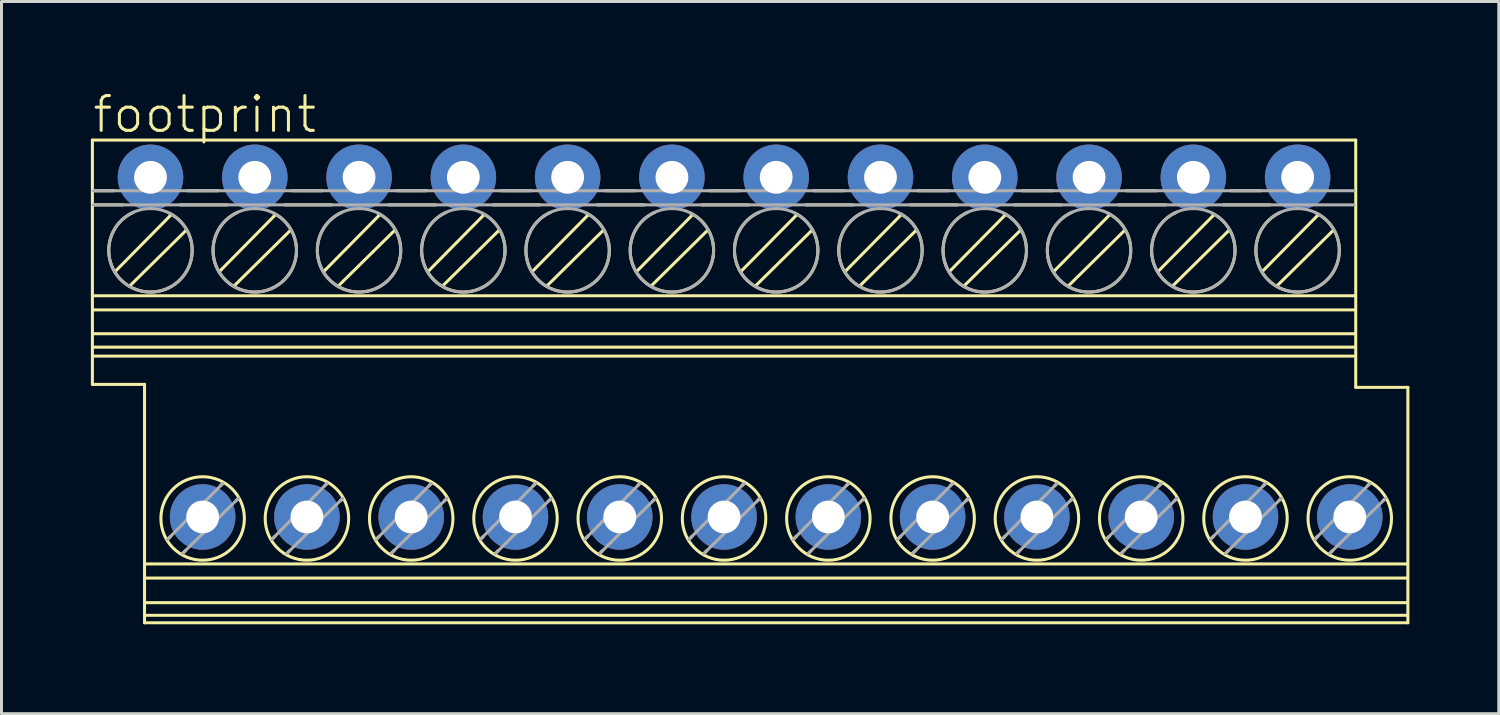
<source format=kicad_pcb>
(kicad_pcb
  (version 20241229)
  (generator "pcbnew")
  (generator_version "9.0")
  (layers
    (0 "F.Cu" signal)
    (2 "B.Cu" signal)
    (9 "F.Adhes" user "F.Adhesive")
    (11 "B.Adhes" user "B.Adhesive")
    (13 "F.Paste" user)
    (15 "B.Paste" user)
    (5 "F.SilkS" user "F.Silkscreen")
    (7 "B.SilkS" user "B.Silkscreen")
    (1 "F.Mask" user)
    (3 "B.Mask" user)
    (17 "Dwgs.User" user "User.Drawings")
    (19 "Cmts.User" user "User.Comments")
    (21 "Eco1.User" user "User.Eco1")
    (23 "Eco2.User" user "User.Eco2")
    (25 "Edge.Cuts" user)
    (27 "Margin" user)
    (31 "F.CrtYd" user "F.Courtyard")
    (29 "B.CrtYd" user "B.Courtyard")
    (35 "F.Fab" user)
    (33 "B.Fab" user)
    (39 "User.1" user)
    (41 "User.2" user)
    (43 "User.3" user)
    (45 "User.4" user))
  (footprint "footprint"
    (layer "F.Cu")
    (at 21.251 9.751)
    (property "Reference" "footprint" (at -21.251 -8.278 0) (layer "F.SilkS") (effects (font (size 1.168 1.168) (thickness 0.102)) (justify left bottom)))
    (fp_line (start -21.2 -8.1) (end 21.2 -8.1) (stroke (width 0.102) (type solid)) (layer "F.SilkS"))
    (fp_line (start -21.2 0.1) (end -21.2 -8.1) (stroke (width 0.102) (type solid)) (layer "F.SilkS"))
    (fp_line (start -21.175 -6.4) (end -20.475 -6.4) (stroke (width 0.102) (type solid)) (layer "F.SilkS"))
    (fp_line (start -21.175 -5.925) (end -20.175 -5.925) (stroke (width 0.102) (type solid)) (layer "F.SilkS"))
    (fp_line (start -21.15 -2.875) (end 21.175 -2.875) (stroke (width 0.102) (type solid)) (layer "F.SilkS"))
    (fp_line (start -21.15 -2.4) (end 21.175 -2.4) (stroke (width 0.102) (type solid)) (layer "F.SilkS"))
    (fp_line (start -21.15 -1.6) (end 21.175 -1.6) (stroke (width 0.102) (type solid)) (layer "F.SilkS"))
    (fp_line (start -21.15 -0.85) (end 21.175 -0.85) (stroke (width 0.102) (type solid)) (layer "F.SilkS"))
    (fp_line (start -20.425 -3.7) (end -18.575 -5.575) (stroke (width 0.102) (type solid)) (layer "F.SilkS"))
    (fp_line (start -19.925 -3.225) (end -18.05 -5.075) (stroke (width 0.102) (type solid)) (layer "F.SilkS"))
    (fp_line (start -19.45 0.1) (end -21.2 0.1) (stroke (width 0.102) (type solid)) (layer "F.SilkS"))
    (fp_line (start -19.45 8.1) (end -19.45 0.1) (stroke (width 0.102) (type solid)) (layer "F.SilkS"))
    (fp_line (start -19.4 6.125) (end 22.925 6.125) (stroke (width 0.102) (type solid)) (layer "F.SilkS"))
    (fp_line (start -19.4 6.6) (end 22.925 6.6) (stroke (width 0.102) (type solid)) (layer "F.SilkS"))
    (fp_line (start -19.4 7.425) (end 22.925 7.425) (stroke (width 0.102) (type solid)) (layer "F.SilkS"))
    (fp_line (start -19.4 7.85) (end 22.925 7.85) (stroke (width 0.102) (type solid)) (layer "F.SilkS"))
    (fp_line (start -18.675 5.3) (end -18.575 5.2) (stroke (width 0.102) (type solid)) (layer "F.SilkS"))
    (fp_line (start -18.25 -5.925) (end -16.675 -5.925) (stroke (width 0.102) (type solid)) (layer "F.SilkS"))
    (fp_line (start -18.175 5.775) (end -18.075 5.675) (stroke (width 0.102) (type solid)) (layer "F.SilkS"))
    (fp_line (start -18 -6.4) (end -16.975 -6.4) (stroke (width 0.102) (type solid)) (layer "F.SilkS"))
    (fp_line (start -16.925 -3.7) (end -15.075 -5.575) (stroke (width 0.102) (type solid)) (layer "F.SilkS"))
    (fp_line (start -16.9 3.5) (end -16.825 3.425) (stroke (width 0.102) (type solid)) (layer "F.SilkS"))
    (fp_line (start -16.425 -3.225) (end -14.55 -5.075) (stroke (width 0.102) (type solid)) (layer "F.SilkS"))
    (fp_line (start -16.375 4) (end -16.3 3.925) (stroke (width 0.102) (type solid)) (layer "F.SilkS"))
    (fp_line (start -15.175 5.3) (end -15.075 5.2) (stroke (width 0.102) (type solid)) (layer "F.SilkS"))
    (fp_line (start -14.75 -5.925) (end -13.175 -5.925) (stroke (width 0.102) (type solid)) (layer "F.SilkS"))
    (fp_line (start -14.675 5.775) (end -14.575 5.675) (stroke (width 0.102) (type solid)) (layer "F.SilkS"))
    (fp_line (start -14.5 -6.4) (end -13.475 -6.4) (stroke (width 0.102) (type solid)) (layer "F.SilkS"))
    (fp_line (start -13.425 -3.7) (end -11.575 -5.575) (stroke (width 0.102) (type solid)) (layer "F.SilkS"))
    (fp_line (start -13.4 3.5) (end -13.325 3.425) (stroke (width 0.102) (type solid)) (layer "F.SilkS"))
    (fp_line (start -12.925 -3.225) (end -11.05 -5.075) (stroke (width 0.102) (type solid)) (layer "F.SilkS"))
    (fp_line (start -12.875 4) (end -12.8 3.925) (stroke (width 0.102) (type solid)) (layer "F.SilkS"))
    (fp_line (start -11.675 5.3) (end -11.575 5.2) (stroke (width 0.102) (type solid)) (layer "F.SilkS"))
    (fp_line (start -11.25 -5.925) (end -9.675 -5.925) (stroke (width 0.102) (type solid)) (layer "F.SilkS"))
    (fp_line (start -11.175 5.775) (end -11.075 5.675) (stroke (width 0.102) (type solid)) (layer "F.SilkS"))
    (fp_line (start -11 -6.4) (end -9.975 -6.4) (stroke (width 0.102) (type solid)) (layer "F.SilkS"))
    (fp_line (start -9.925 -3.7) (end -8.075 -5.575) (stroke (width 0.102) (type solid)) (layer "F.SilkS"))
    (fp_line (start -9.9 3.5) (end -9.825 3.425) (stroke (width 0.102) (type solid)) (layer "F.SilkS"))
    (fp_line (start -9.425 -3.225) (end -7.55 -5.075) (stroke (width 0.102) (type solid)) (layer "F.SilkS"))
    (fp_line (start -9.375 4) (end -9.3 3.925) (stroke (width 0.102) (type solid)) (layer "F.SilkS"))
    (fp_line (start -8.175 5.3) (end -8.075 5.2) (stroke (width 0.102) (type solid)) (layer "F.SilkS"))
    (fp_line (start -7.75 -5.925) (end -6.175 -5.925) (stroke (width 0.102) (type solid)) (layer "F.SilkS"))
    (fp_line (start -7.675 5.775) (end -7.575 5.675) (stroke (width 0.102) (type solid)) (layer "F.SilkS"))
    (fp_line (start -7.5 -6.4) (end -6.475 -6.4) (stroke (width 0.102) (type solid)) (layer "F.SilkS"))
    (fp_line (start -6.425 -3.7) (end -4.575 -5.575) (stroke (width 0.102) (type solid)) (layer "F.SilkS"))
    (fp_line (start -6.4 3.5) (end -6.325 3.425) (stroke (width 0.102) (type solid)) (layer "F.SilkS"))
    (fp_line (start -5.925 -3.225) (end -4.05 -5.075) (stroke (width 0.102) (type solid)) (layer "F.SilkS"))
    (fp_line (start -5.875 4) (end -5.8 3.925) (stroke (width 0.102) (type solid)) (layer "F.SilkS"))
    (fp_line (start -4.675 5.3) (end -4.575 5.2) (stroke (width 0.102) (type solid)) (layer "F.SilkS"))
    (fp_line (start -4.25 -5.925) (end -2.675 -5.925) (stroke (width 0.102) (type solid)) (layer "F.SilkS"))
    (fp_line (start -4.175 5.775) (end -4.075 5.675) (stroke (width 0.102) (type solid)) (layer "F.SilkS"))
    (fp_line (start -4 -6.4) (end -2.975 -6.4) (stroke (width 0.102) (type solid)) (layer "F.SilkS"))
    (fp_line (start -2.925 -3.7) (end -1.075 -5.575) (stroke (width 0.102) (type solid)) (layer "F.SilkS"))
    (fp_line (start -2.9 3.5) (end -2.825 3.425) (stroke (width 0.102) (type solid)) (layer "F.SilkS"))
    (fp_line (start -2.425 -3.225) (end -0.55 -5.075) (stroke (width 0.102) (type solid)) (layer "F.SilkS"))
    (fp_line (start -2.375 4) (end -2.3 3.925) (stroke (width 0.102) (type solid)) (layer "F.SilkS"))
    (fp_line (start -1.175 5.3) (end -1.075 5.2) (stroke (width 0.102) (type solid)) (layer "F.SilkS"))
    (fp_line (start -0.75 -5.925) (end 0.825 -5.925) (stroke (width 0.102) (type solid)) (layer "F.SilkS"))
    (fp_line (start -0.675 5.775) (end -0.575 5.675) (stroke (width 0.102) (type solid)) (layer "F.SilkS"))
    (fp_line (start -0.5 -6.4) (end 0.525 -6.4) (stroke (width 0.102) (type solid)) (layer "F.SilkS"))
    (fp_line (start 0.575 -3.7) (end 2.425 -5.575) (stroke (width 0.102) (type solid)) (layer "F.SilkS"))
    (fp_line (start 0.6 3.5) (end 0.675 3.425) (stroke (width 0.102) (type solid)) (layer "F.SilkS"))
    (fp_line (start 1.075 -3.225) (end 2.95 -5.075) (stroke (width 0.102) (type solid)) (layer "F.SilkS"))
    (fp_line (start 1.125 4) (end 1.2 3.925) (stroke (width 0.102) (type solid)) (layer "F.SilkS"))
    (fp_line (start 2.325 5.3) (end 2.425 5.2) (stroke (width 0.102) (type solid)) (layer "F.SilkS"))
    (fp_line (start 2.75 -5.925) (end 4.325 -5.925) (stroke (width 0.102) (type solid)) (layer "F.SilkS"))
    (fp_line (start 2.825 5.775) (end 2.925 5.675) (stroke (width 0.102) (type solid)) (layer "F.SilkS"))
    (fp_line (start 3 -6.4) (end 4.025 -6.4) (stroke (width 0.102) (type solid)) (layer "F.SilkS"))
    (fp_line (start 4.075 -3.7) (end 5.925 -5.575) (stroke (width 0.102) (type solid)) (layer "F.SilkS"))
    (fp_line (start 4.1 3.5) (end 4.175 3.425) (stroke (width 0.102) (type solid)) (layer "F.SilkS"))
    (fp_line (start 4.575 -3.225) (end 6.45 -5.075) (stroke (width 0.102) (type solid)) (layer "F.SilkS"))
    (fp_line (start 4.625 4) (end 4.7 3.925) (stroke (width 0.102) (type solid)) (layer "F.SilkS"))
    (fp_line (start 5.825 5.3) (end 5.925 5.2) (stroke (width 0.102) (type solid)) (layer "F.SilkS"))
    (fp_line (start 6.25 -5.925) (end 7.825 -5.925) (stroke (width 0.102) (type solid)) (layer "F.SilkS"))
    (fp_line (start 6.325 5.775) (end 6.425 5.675) (stroke (width 0.102) (type solid)) (layer "F.SilkS"))
    (fp_line (start 6.5 -6.4) (end 7.525 -6.4) (stroke (width 0.102) (type solid)) (layer "F.SilkS"))
    (fp_line (start 7.575 -3.7) (end 9.425 -5.575) (stroke (width 0.102) (type solid)) (layer "F.SilkS"))
    (fp_line (start 7.6 3.5) (end 7.675 3.425) (stroke (width 0.102) (type solid)) (layer "F.SilkS"))
    (fp_line (start 8.075 -3.225) (end 9.95 -5.075) (stroke (width 0.102) (type solid)) (layer "F.SilkS"))
    (fp_line (start 8.125 4) (end 8.2 3.925) (stroke (width 0.102) (type solid)) (layer "F.SilkS"))
    (fp_line (start 9.325 5.3) (end 9.425 5.2) (stroke (width 0.102) (type solid)) (layer "F.SilkS"))
    (fp_line (start 9.75 -5.925) (end 11.325 -5.925) (stroke (width 0.102) (type solid)) (layer "F.SilkS"))
    (fp_line (start 9.825 5.775) (end 9.925 5.675) (stroke (width 0.102) (type solid)) (layer "F.SilkS"))
    (fp_line (start 10 -6.4) (end 11.025 -6.4) (stroke (width 0.102) (type solid)) (layer "F.SilkS"))
    (fp_line (start 11.075 -3.7) (end 12.925 -5.575) (stroke (width 0.102) (type solid)) (layer "F.SilkS"))
    (fp_line (start 11.1 3.5) (end 11.175 3.425) (stroke (width 0.102) (type solid)) (layer "F.SilkS"))
    (fp_line (start 11.575 -3.225) (end 13.45 -5.075) (stroke (width 0.102) (type solid)) (layer "F.SilkS"))
    (fp_line (start 11.625 4) (end 11.7 3.925) (stroke (width 0.102) (type solid)) (layer "F.SilkS"))
    (fp_line (start 12.825 5.3) (end 12.925 5.2) (stroke (width 0.102) (type solid)) (layer "F.SilkS"))
    (fp_line (start 13.25 -5.925) (end 14.825 -5.925) (stroke (width 0.102) (type solid)) (layer "F.SilkS"))
    (fp_line (start 13.325 5.775) (end 13.425 5.675) (stroke (width 0.102) (type solid)) (layer "F.SilkS"))
    (fp_line (start 13.5 -6.4) (end 14.525 -6.4) (stroke (width 0.102) (type solid)) (layer "F.SilkS"))
    (fp_line (start 14.575 -3.7) (end 16.425 -5.575) (stroke (width 0.102) (type solid)) (layer "F.SilkS"))
    (fp_line (start 14.6 3.5) (end 14.675 3.425) (stroke (width 0.102) (type solid)) (layer "F.SilkS"))
    (fp_line (start 15.075 -3.225) (end 16.95 -5.075) (stroke (width 0.102) (type solid)) (layer "F.SilkS"))
    (fp_line (start 15.125 4) (end 15.2 3.925) (stroke (width 0.102) (type solid)) (layer "F.SilkS"))
    (fp_line (start 16.325 5.3) (end 16.425 5.2) (stroke (width 0.102) (type solid)) (layer "F.SilkS"))
    (fp_line (start 16.75 -5.925) (end 18.325 -5.925) (stroke (width 0.102) (type solid)) (layer "F.SilkS"))
    (fp_line (start 16.825 5.775) (end 16.925 5.675) (stroke (width 0.102) (type solid)) (layer "F.SilkS"))
    (fp_line (start 17 -6.4) (end 18.025 -6.4) (stroke (width 0.102) (type solid)) (layer "F.SilkS"))
    (fp_line (start 18.075 -3.7) (end 19.925 -5.575) (stroke (width 0.102) (type solid)) (layer "F.SilkS"))
    (fp_line (start 18.1 3.5) (end 18.175 3.425) (stroke (width 0.102) (type solid)) (layer "F.SilkS"))
    (fp_line (start 18.575 -3.225) (end 20.45 -5.075) (stroke (width 0.102) (type solid)) (layer "F.SilkS"))
    (fp_line (start 18.625 4) (end 18.7 3.925) (stroke (width 0.102) (type solid)) (layer "F.SilkS"))
    (fp_line (start 19.825 5.3) (end 19.925 5.2) (stroke (width 0.102) (type solid)) (layer "F.SilkS"))
    (fp_line (start 20.325 5.775) (end 20.425 5.675) (stroke (width 0.102) (type solid)) (layer "F.SilkS"))
    (fp_line (start 21.175 -1.15) (end -21.15 -1.15) (stroke (width 0.102) (type solid)) (layer "F.SilkS"))
    (fp_line (start 21.2 -8.1) (end 21.2 0.2) (stroke (width 0.102) (type solid)) (layer "F.SilkS"))
    (fp_line (start 21.2 0.2) (end 22.95 0.2) (stroke (width 0.102) (type solid)) (layer "F.SilkS"))
    (fp_line (start 21.6 3.5) (end 21.675 3.425) (stroke (width 0.102) (type solid)) (layer "F.SilkS"))
    (fp_line (start 22.125 4) (end 22.2 3.925) (stroke (width 0.102) (type solid)) (layer "F.SilkS"))
    (fp_line (start 22.95 0.2) (end 22.95 8.1) (stroke (width 0.102) (type solid)) (layer "F.SilkS"))
    (fp_line (start 22.95 8.1) (end -19.45 8.1) (stroke (width 0.102) (type solid)) (layer "F.SilkS"))
    (fp_arc (start -18.624999 -5.65) (mid -19.280481 -2.999357) (end -19.825 -5.675) (stroke (width 0.1016) (type solid)) (layer "F.SilkS"))
    (fp_arc (start -15.124999 -5.65) (mid -15.780481 -2.999357) (end -16.325 -5.675) (stroke (width 0.1016) (type solid)) (layer "F.SilkS"))
    (fp_arc (start -11.624999 -5.65) (mid -12.280481 -2.999357) (end -12.825 -5.675) (stroke (width 0.1016) (type solid)) (layer "F.SilkS"))
    (fp_arc (start -8.124999 -5.65) (mid -8.780481 -2.999357) (end -9.325 -5.675) (stroke (width 0.1016) (type solid)) (layer "F.SilkS"))
    (fp_arc (start -4.624999 -5.65) (mid -5.280481 -2.999357) (end -5.825 -5.675) (stroke (width 0.1016) (type solid)) (layer "F.SilkS"))
    (fp_arc (start -1.124999 -5.65) (mid -1.780481 -2.999357) (end -2.325 -5.675) (stroke (width 0.1016) (type solid)) (layer "F.SilkS"))
    (fp_arc (start 2.375001 -5.65) (mid 1.719517 -2.999357) (end 1.175 -5.675) (stroke (width 0.1016) (type solid)) (layer "F.SilkS"))
    (fp_arc (start 5.875001 -5.65) (mid 5.219517 -2.999357) (end 4.675 -5.675) (stroke (width 0.1016) (type solid)) (layer "F.SilkS"))
    (fp_arc (start 9.375001 -5.65) (mid 8.719517 -2.999357) (end 8.175 -5.675) (stroke (width 0.1016) (type solid)) (layer "F.SilkS"))
    (fp_arc (start 12.875001 -5.65) (mid 12.219517 -2.999357) (end 11.675 -5.675) (stroke (width 0.1016) (type solid)) (layer "F.SilkS"))
    (fp_arc (start 16.375001 -5.65) (mid 15.719517 -2.999357) (end 15.175 -5.675) (stroke (width 0.1016) (type solid)) (layer "F.SilkS"))
    (fp_arc (start 19.875001 -5.65) (mid 19.219517 -2.999357) (end 18.675 -5.675) (stroke (width 0.1016) (type solid)) (layer "F.SilkS"))
    (fp_circle (center -17.5 4.6) (end -16.099 4.6) (stroke (width 0.102) (type solid)) (fill no) (layer "F.SilkS"))
    (fp_circle (center -14 4.6) (end -12.599 4.6) (stroke (width 0.102) (type solid)) (fill no) (layer "F.SilkS"))
    (fp_circle (center -10.5 4.6) (end -9.099 4.6) (stroke (width 0.102) (type solid)) (fill no) (layer "F.SilkS"))
    (fp_circle (center -7 4.6) (end -5.599 4.6) (stroke (width 0.102) (type solid)) (fill no) (layer "F.SilkS"))
    (fp_circle (center -3.5 4.6) (end -2.099 4.6) (stroke (width 0.102) (type solid)) (fill no) (layer "F.SilkS"))
    (fp_circle (center 0 4.6) (end 1.401 4.6) (stroke (width 0.102) (type solid)) (fill no) (layer "F.SilkS"))
    (fp_circle (center 3.5 4.6) (end 4.901 4.6) (stroke (width 0.102) (type solid)) (fill no) (layer "F.SilkS"))
    (fp_circle (center 7 4.6) (end 8.401 4.6) (stroke (width 0.102) (type solid)) (fill no) (layer "F.SilkS"))
    (fp_circle (center 10.5 4.6) (end 11.901 4.6) (stroke (width 0.102) (type solid)) (fill no) (layer "F.SilkS"))
    (fp_circle (center 14 4.6) (end 15.401 4.6) (stroke (width 0.102) (type solid)) (fill no) (layer "F.SilkS"))
    (fp_circle (center 17.5 4.6) (end 18.901 4.6) (stroke (width 0.102) (type solid)) (fill no) (layer "F.SilkS"))
    (fp_circle (center 21 4.6) (end 22.401 4.6) (stroke (width 0.102) (type solid)) (fill no) (layer "F.SilkS"))
    (fp_line (start -21.175 -6.4) (end 21.15 -6.4) (stroke (width 0.102) (type solid)) (layer "F.Fab"))
    (fp_line (start -21.175 -5.925) (end 21.15 -5.925) (stroke (width 0.102) (type solid)) (layer "F.Fab"))
    (fp_line (start -18.675 5.3) (end -16.825 3.425) (stroke (width 0.102) (type solid)) (layer "F.Fab"))
    (fp_line (start -18.175 5.775) (end -16.3 3.925) (stroke (width 0.102) (type solid)) (layer "F.Fab"))
    (fp_line (start -15.175 5.3) (end -13.325 3.425) (stroke (width 0.102) (type solid)) (layer "F.Fab"))
    (fp_line (start -14.675 5.775) (end -12.8 3.925) (stroke (width 0.102) (type solid)) (layer "F.Fab"))
    (fp_line (start -11.675 5.3) (end -9.825 3.425) (stroke (width 0.102) (type solid)) (layer "F.Fab"))
    (fp_line (start -11.175 5.775) (end -9.3 3.925) (stroke (width 0.102) (type solid)) (layer "F.Fab"))
    (fp_line (start -8.175 5.3) (end -6.325 3.425) (stroke (width 0.102) (type solid)) (layer "F.Fab"))
    (fp_line (start -7.675 5.775) (end -5.8 3.925) (stroke (width 0.102) (type solid)) (layer "F.Fab"))
    (fp_line (start -4.675 5.3) (end -2.825 3.425) (stroke (width 0.102) (type solid)) (layer "F.Fab"))
    (fp_line (start -4.175 5.775) (end -2.3 3.925) (stroke (width 0.102) (type solid)) (layer "F.Fab"))
    (fp_line (start -1.175 5.3) (end 0.675 3.425) (stroke (width 0.102) (type solid)) (layer "F.Fab"))
    (fp_line (start -0.675 5.775) (end 1.2 3.925) (stroke (width 0.102) (type solid)) (layer "F.Fab"))
    (fp_line (start 2.325 5.3) (end 4.175 3.425) (stroke (width 0.102) (type solid)) (layer "F.Fab"))
    (fp_line (start 2.825 5.775) (end 4.7 3.925) (stroke (width 0.102) (type solid)) (layer "F.Fab"))
    (fp_line (start 5.825 5.3) (end 7.675 3.425) (stroke (width 0.102) (type solid)) (layer "F.Fab"))
    (fp_line (start 6.325 5.775) (end 8.2 3.925) (stroke (width 0.102) (type solid)) (layer "F.Fab"))
    (fp_line (start 9.325 5.3) (end 11.175 3.425) (stroke (width 0.102) (type solid)) (layer "F.Fab"))
    (fp_line (start 9.825 5.775) (end 11.7 3.925) (stroke (width 0.102) (type solid)) (layer "F.Fab"))
    (fp_line (start 12.825 5.3) (end 14.675 3.425) (stroke (width 0.102) (type solid)) (layer "F.Fab"))
    (fp_line (start 13.325 5.775) (end 15.2 3.925) (stroke (width 0.102) (type solid)) (layer "F.Fab"))
    (fp_line (start 16.325 5.3) (end 18.175 3.425) (stroke (width 0.102) (type solid)) (layer "F.Fab"))
    (fp_line (start 16.825 5.775) (end 18.7 3.925) (stroke (width 0.102) (type solid)) (layer "F.Fab"))
    (fp_line (start 19.825 5.3) (end 21.675 3.425) (stroke (width 0.102) (type solid)) (layer "F.Fab"))
    (fp_line (start 20.325 5.775) (end 22.2 3.925) (stroke (width 0.102) (type solid)) (layer "F.Fab"))
    (fp_circle (center -19.25 -4.4) (end -17.849 -4.4) (stroke (width 0.102) (type solid)) (fill no) (layer "F.Fab"))
    (fp_circle (center -15.75 -4.4) (end -14.349 -4.4) (stroke (width 0.102) (type solid)) (fill no) (layer "F.Fab"))
    (fp_circle (center -12.25 -4.4) (end -10.849 -4.4) (stroke (width 0.102) (type solid)) (fill no) (layer "F.Fab"))
    (fp_circle (center -8.75 -4.4) (end -7.349 -4.4) (stroke (width 0.102) (type solid)) (fill no) (layer "F.Fab"))
    (fp_circle (center -5.25 -4.4) (end -3.849 -4.4) (stroke (width 0.102) (type solid)) (fill no) (layer "F.Fab"))
    (fp_circle (center -1.75 -4.4) (end -0.349 -4.4) (stroke (width 0.102) (type solid)) (fill no) (layer "F.Fab"))
    (fp_circle (center 1.75 -4.4) (end 3.151 -4.4) (stroke (width 0.102) (type solid)) (fill no) (layer "F.Fab"))
    (fp_circle (center 5.25 -4.4) (end 6.651 -4.4) (stroke (width 0.102) (type solid)) (fill no) (layer "F.Fab"))
    (fp_circle (center 8.75 -4.4) (end 10.151 -4.4) (stroke (width 0.102) (type solid)) (fill no) (layer "F.Fab"))
    (fp_circle (center 12.25 -4.4) (end 13.651 -4.4) (stroke (width 0.102) (type solid)) (fill no) (layer "F.Fab"))
    (fp_circle (center 15.75 -4.4) (end 17.151 -4.4) (stroke (width 0.102) (type solid)) (fill no) (layer "F.Fab"))
    (fp_circle (center 19.25 -4.4) (end 20.651 -4.4) (stroke (width 0.102) (type solid)) (fill no) (layer "F.Fab"))
    (pad "1" thru_hole circle (at -19.25 -6.85) (size 2.2 2.2) (drill 1.1) (layers "*.Cu" "*.Mask"))
    (pad "2" thru_hole circle (at -17.5 4.55) (size 2.2 2.2) (drill 1.1) (layers "*.Cu" "*.Mask"))
    (pad "3" thru_hole circle (at -15.75 -6.85) (size 2.2 2.2) (drill 1.1) (layers "*.Cu" "*.Mask"))
    (pad "4" thru_hole circle (at -14 4.55) (size 2.2 2.2) (drill 1.1) (layers "*.Cu" "*.Mask"))
    (pad "5" thru_hole circle (at -12.25 -6.85) (size 2.2 2.2) (drill 1.1) (layers "*.Cu" "*.Mask"))
    (pad "6" thru_hole circle (at -10.5 4.55) (size 2.2 2.2) (drill 1.1) (layers "*.Cu" "*.Mask"))
    (pad "7" thru_hole circle (at -8.75 -6.85) (size 2.2 2.2) (drill 1.1) (layers "*.Cu" "*.Mask"))
    (pad "8" thru_hole circle (at -7 4.55) (size 2.2 2.2) (drill 1.1) (layers "*.Cu" "*.Mask"))
    (pad "9" thru_hole circle (at -5.25 -6.85) (size 2.2 2.2) (drill 1.1) (layers "*.Cu" "*.Mask"))
    (pad "10" thru_hole circle (at -3.5 4.55) (size 2.2 2.2) (drill 1.1) (layers "*.Cu" "*.Mask"))
    (pad "11" thru_hole circle (at -1.75 -6.85) (size 2.2 2.2) (drill 1.1) (layers "*.Cu" "*.Mask"))
    (pad "12" thru_hole circle (at 0 4.55) (size 2.2 2.2) (drill 1.1) (layers "*.Cu" "*.Mask"))
    (pad "13" thru_hole circle (at 1.75 -6.85) (size 2.2 2.2) (drill 1.1) (layers "*.Cu" "*.Mask"))
    (pad "14" thru_hole circle (at 3.5 4.55) (size 2.2 2.2) (drill 1.1) (layers "*.Cu" "*.Mask"))
    (pad "15" thru_hole circle (at 5.25 -6.85) (size 2.2 2.2) (drill 1.1) (layers "*.Cu" "*.Mask"))
    (pad "16" thru_hole circle (at 7 4.55) (size 2.2 2.2) (drill 1.1) (layers "*.Cu" "*.Mask"))
    (pad "17" thru_hole circle (at 8.75 -6.85) (size 2.2 2.2) (drill 1.1) (layers "*.Cu" "*.Mask"))
    (pad "18" thru_hole circle (at 10.5 4.55) (size 2.2 2.2) (drill 1.1) (layers "*.Cu" "*.Mask"))
    (pad "19" thru_hole circle (at 12.25 -6.85) (size 2.2 2.2) (drill 1.1) (layers "*.Cu" "*.Mask"))
    (pad "20" thru_hole circle (at 14 4.55) (size 2.2 2.2) (drill 1.1) (layers "*.Cu" "*.Mask"))
    (pad "21" thru_hole circle (at 15.75 -6.85) (size 2.2 2.2) (drill 1.1) (layers "*.Cu" "*.Mask"))
    (pad "22" thru_hole circle (at 17.5 4.55) (size 2.2 2.2) (drill 1.1) (layers "*.Cu" "*.Mask"))
    (pad "23" thru_hole circle (at 19.25 -6.85) (size 2.2 2.2) (drill 1.1) (layers "*.Cu" "*.Mask"))
    (pad "24" thru_hole circle (at 21 4.55) (size 2.2 2.2) (drill 1.1) (layers "*.Cu" "*.Mask")))
  (gr_rect
    (start -3 -3)
    (end 47.252 20.902)
    (stroke (width 0.1) (type default))
    (fill no)
    (layer "Edge.Cuts")))
</source>
